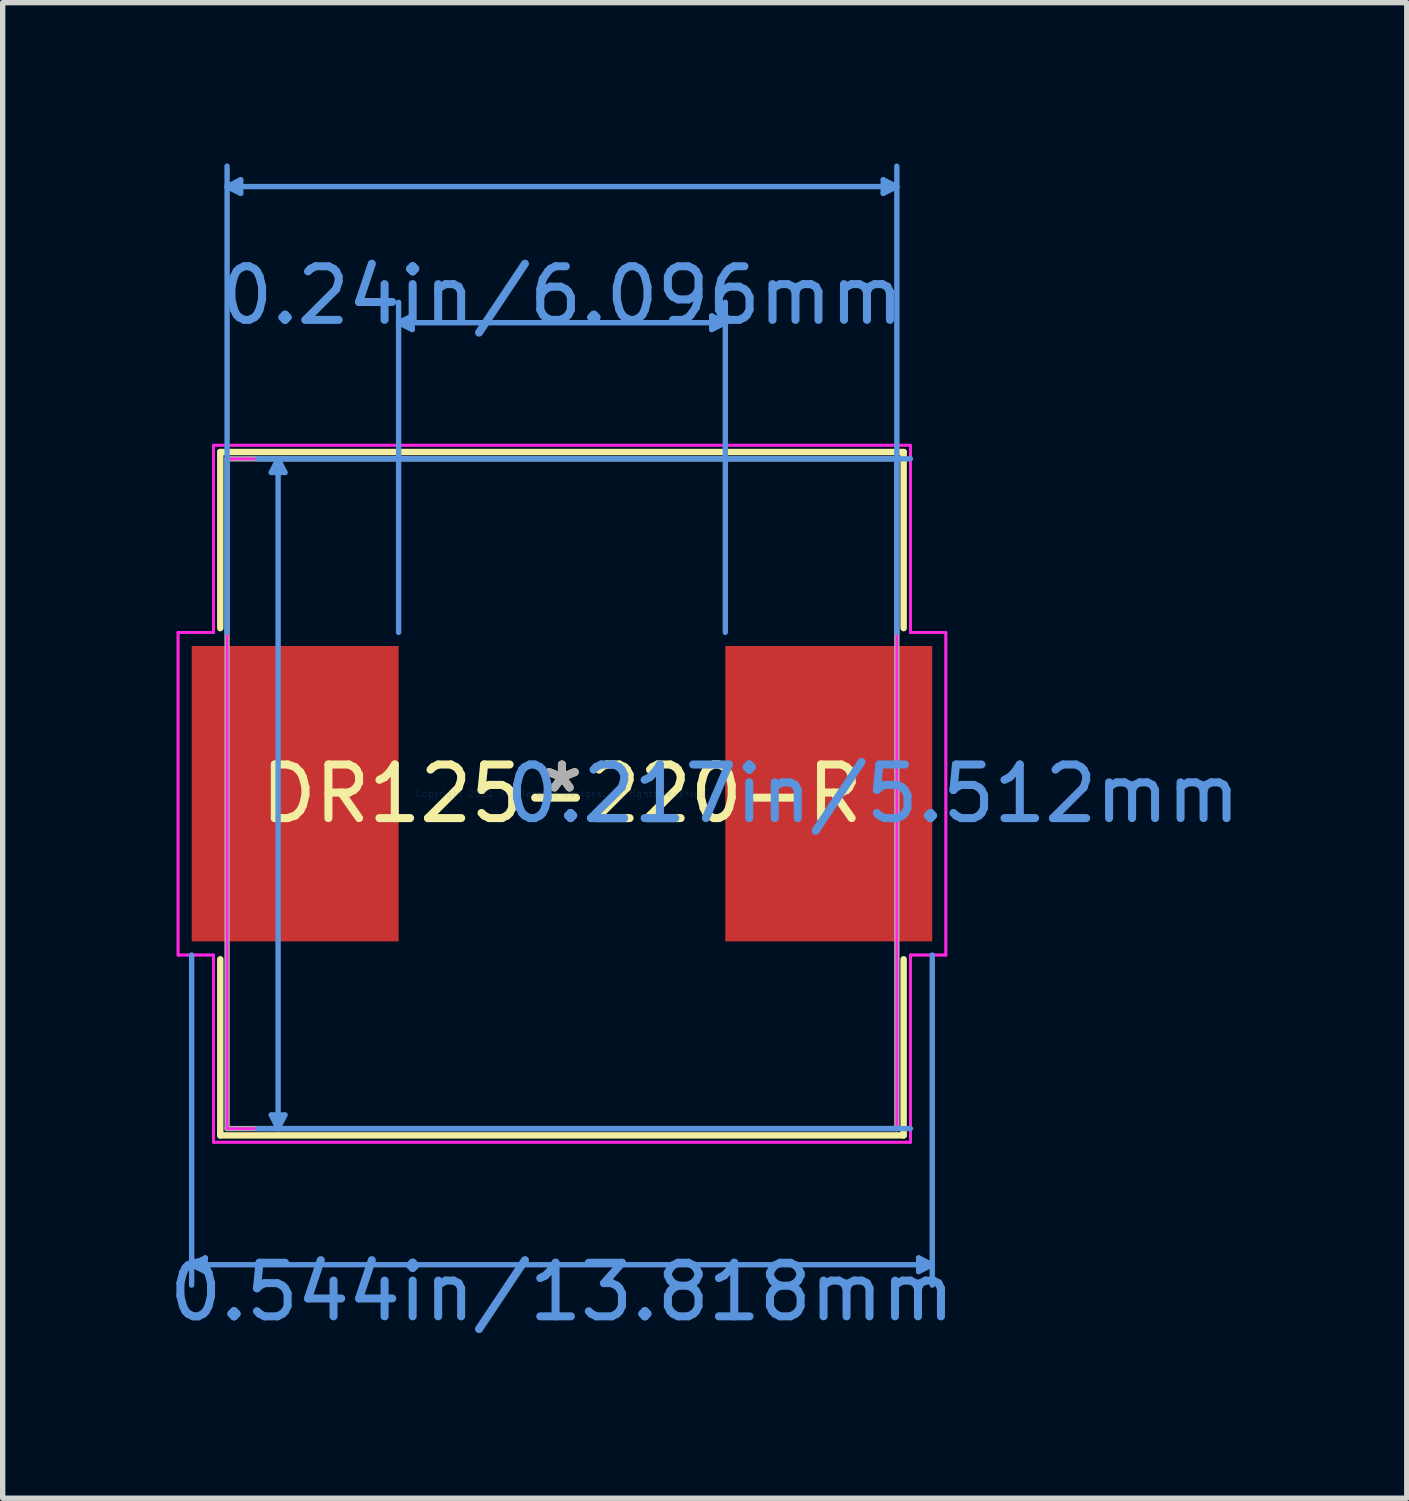
<source format=kicad_pcb>
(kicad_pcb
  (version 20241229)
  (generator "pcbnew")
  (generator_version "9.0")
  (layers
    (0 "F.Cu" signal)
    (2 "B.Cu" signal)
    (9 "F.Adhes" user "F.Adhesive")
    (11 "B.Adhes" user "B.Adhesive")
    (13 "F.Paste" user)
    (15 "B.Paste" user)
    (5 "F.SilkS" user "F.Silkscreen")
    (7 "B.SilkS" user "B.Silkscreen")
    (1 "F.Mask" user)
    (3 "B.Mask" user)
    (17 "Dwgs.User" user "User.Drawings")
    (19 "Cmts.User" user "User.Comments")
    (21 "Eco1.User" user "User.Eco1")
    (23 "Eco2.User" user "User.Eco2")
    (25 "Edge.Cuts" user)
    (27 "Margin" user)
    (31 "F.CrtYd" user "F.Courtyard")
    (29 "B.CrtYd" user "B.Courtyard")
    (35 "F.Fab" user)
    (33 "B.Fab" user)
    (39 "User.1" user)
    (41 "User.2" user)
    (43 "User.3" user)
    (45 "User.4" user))
  (footprint "DR125-220-R"
    (layer "F.Cu")
    (at 7.435 11.759)
    (property "Reference" "DR125-220-R" (at 0 0 0) (layer "F.SilkS") (effects (font (size 1 1) (thickness 0.15))))
    (attr through_hole)
    (fp_line (start -6.375 -6.375) (end -6.375 -3.089) (stroke (width 0.12) (type solid)) (layer "F.SilkS"))
    (fp_line (start -6.375 3.089) (end -6.375 6.375) (stroke (width 0.12) (type solid)) (layer "F.SilkS"))
    (fp_line (start -6.375 6.375) (end 6.375 6.375) (stroke (width 0.12) (type solid)) (layer "F.SilkS"))
    (fp_line (start 6.375 -6.375) (end -6.375 -6.375) (stroke (width 0.12) (type solid)) (layer "F.SilkS"))
    (fp_line (start 6.375 -3.089) (end 6.375 -6.375) (stroke (width 0.12) (type solid)) (layer "F.SilkS"))
    (fp_line (start 6.375 6.375) (end 6.375 3.089) (stroke (width 0.12) (type solid)) (layer "F.SilkS"))
    (fp_line (start -6.909 3.01) (end -6.909 9.169) (stroke (width 0.1) (type solid)) (layer "Cmts.User"))
    (fp_line (start -6.909 8.788) (end -6.655 8.661) (stroke (width 0.1) (type solid)) (layer "Cmts.User"))
    (fp_line (start -6.909 8.788) (end -6.655 8.915) (stroke (width 0.1) (type solid)) (layer "Cmts.User"))
    (fp_line (start -6.909 8.788) (end 6.909 8.788) (stroke (width 0.1) (type solid)) (layer "Cmts.User"))
    (fp_line (start -6.655 8.661) (end -6.655 8.915) (stroke (width 0.1) (type solid)) (layer "Cmts.User"))
    (fp_line (start -6.248 -11.328) (end -5.994 -11.455) (stroke (width 0.1) (type solid)) (layer "Cmts.User"))
    (fp_line (start -6.248 -11.328) (end -5.994 -11.201) (stroke (width 0.1) (type solid)) (layer "Cmts.User"))
    (fp_line (start -6.248 -11.328) (end 6.248 -11.328) (stroke (width 0.1) (type solid)) (layer "Cmts.User"))
    (fp_line (start -6.248 -3.01) (end -6.248 -11.709) (stroke (width 0.1) (type solid)) (layer "Cmts.User"))
    (fp_line (start -5.994 -11.455) (end -5.994 -11.201) (stroke (width 0.1) (type solid)) (layer "Cmts.User"))
    (fp_line (start -5.423 -5.994) (end -5.169 -5.994) (stroke (width 0.1) (type solid)) (layer "Cmts.User"))
    (fp_line (start -5.423 5.994) (end -5.169 5.994) (stroke (width 0.1) (type solid)) (layer "Cmts.User"))
    (fp_line (start -5.296 -6.248) (end -5.423 -5.994) (stroke (width 0.1) (type solid)) (layer "Cmts.User"))
    (fp_line (start -5.296 -6.248) (end -5.296 6.248) (stroke (width 0.1) (type solid)) (layer "Cmts.User"))
    (fp_line (start -5.296 -6.248) (end -5.169 -5.994) (stroke (width 0.1) (type solid)) (layer "Cmts.User"))
    (fp_line (start -5.296 6.248) (end -5.423 5.994) (stroke (width 0.1) (type solid)) (layer "Cmts.User"))
    (fp_line (start -5.296 6.248) (end -5.169 5.994) (stroke (width 0.1) (type solid)) (layer "Cmts.User"))
    (fp_line (start -3.048 -8.788) (end -2.794 -8.915) (stroke (width 0.1) (type solid)) (layer "Cmts.User"))
    (fp_line (start -3.048 -8.788) (end -2.794 -8.661) (stroke (width 0.1) (type solid)) (layer "Cmts.User"))
    (fp_line (start -3.048 -8.788) (end 3.048 -8.788) (stroke (width 0.1) (type solid)) (layer "Cmts.User"))
    (fp_line (start -3.048 -3.01) (end -3.048 -9.169) (stroke (width 0.1) (type solid)) (layer "Cmts.User"))
    (fp_line (start -2.794 -8.915) (end -2.794 -8.661) (stroke (width 0.1) (type solid)) (layer "Cmts.User"))
    (fp_line (start 2.794 -8.915) (end 2.794 -8.661) (stroke (width 0.1) (type solid)) (layer "Cmts.User"))
    (fp_line (start 3.048 -8.788) (end 2.794 -8.915) (stroke (width 0.1) (type solid)) (layer "Cmts.User"))
    (fp_line (start 3.048 -8.788) (end 2.794 -8.661) (stroke (width 0.1) (type solid)) (layer "Cmts.User"))
    (fp_line (start 3.048 -3.01) (end 3.048 -9.169) (stroke (width 0.1) (type solid)) (layer "Cmts.User"))
    (fp_line (start 5.994 -11.455) (end 5.994 -11.201) (stroke (width 0.1) (type solid)) (layer "Cmts.User"))
    (fp_line (start 6.248 -11.328) (end 5.994 -11.455) (stroke (width 0.1) (type solid)) (layer "Cmts.User"))
    (fp_line (start 6.248 -11.328) (end 5.994 -11.201) (stroke (width 0.1) (type solid)) (layer "Cmts.User"))
    (fp_line (start 6.248 -3.01) (end 6.248 -11.709) (stroke (width 0.1) (type solid)) (layer "Cmts.User"))
    (fp_line (start 6.502 -6.248) (end -5.677 -6.248) (stroke (width 0.1) (type solid)) (layer "Cmts.User"))
    (fp_line (start 6.502 6.248) (end -5.677 6.248) (stroke (width 0.1) (type solid)) (layer "Cmts.User"))
    (fp_line (start 6.655 8.661) (end 6.655 8.915) (stroke (width 0.1) (type solid)) (layer "Cmts.User"))
    (fp_line (start 6.909 3.01) (end 6.909 9.169) (stroke (width 0.1) (type solid)) (layer "Cmts.User"))
    (fp_line (start 6.909 8.788) (end 6.655 8.661) (stroke (width 0.1) (type solid)) (layer "Cmts.User"))
    (fp_line (start 6.909 8.788) (end 6.655 8.915) (stroke (width 0.1) (type solid)) (layer "Cmts.User"))
    (fp_line (start -7.163 -3.01) (end -6.502 -3.01) (stroke (width 0.05) (type solid)) (layer "F.CrtYd"))
    (fp_line (start -7.163 -3.01) (end -6.502 -3.01) (stroke (width 0.05) (type solid)) (layer "F.CrtYd"))
    (fp_line (start -7.163 3.01) (end -7.163 -3.01) (stroke (width 0.05) (type solid)) (layer "F.CrtYd"))
    (fp_line (start -7.163 3.01) (end -7.163 -3.01) (stroke (width 0.05) (type solid)) (layer "F.CrtYd"))
    (fp_line (start -7.163 3.01) (end -6.502 3.01) (stroke (width 0.05) (type solid)) (layer "F.CrtYd"))
    (fp_line (start -6.502 -6.502) (end 6.502 -6.502) (stroke (width 0.05) (type solid)) (layer "F.CrtYd"))
    (fp_line (start -6.502 -6.502) (end 6.502 -6.502) (stroke (width 0.05) (type solid)) (layer "F.CrtYd"))
    (fp_line (start -6.502 -3.01) (end -6.502 -6.502) (stroke (width 0.05) (type solid)) (layer "F.CrtYd"))
    (fp_line (start -6.502 -3.01) (end -6.502 -6.502) (stroke (width 0.05) (type solid)) (layer "F.CrtYd"))
    (fp_line (start -6.502 3.01) (end -7.163 3.01) (stroke (width 0.05) (type solid)) (layer "F.CrtYd"))
    (fp_line (start -6.502 3.01) (end -6.502 6.502) (stroke (width 0.05) (type solid)) (layer "F.CrtYd"))
    (fp_line (start -6.502 6.502) (end -6.502 3.01) (stroke (width 0.05) (type solid)) (layer "F.CrtYd"))
    (fp_line (start -6.502 6.502) (end 6.502 6.502) (stroke (width 0.05) (type solid)) (layer "F.CrtYd"))
    (fp_line (start -6.248 -6.248) (end 6.248 -6.248) (stroke (width 0.05) (type solid)) (layer "F.CrtYd"))
    (fp_line (start -6.248 6.248) (end -6.248 -6.248) (stroke (width 0.05) (type solid)) (layer "F.CrtYd"))
    (fp_line (start 6.248 -6.248) (end 6.248 6.248) (stroke (width 0.05) (type solid)) (layer "F.CrtYd"))
    (fp_line (start 6.248 6.248) (end -6.248 6.248) (stroke (width 0.05) (type solid)) (layer "F.CrtYd"))
    (fp_line (start 6.502 -6.502) (end 6.502 -3.01) (stroke (width 0.05) (type solid)) (layer "F.CrtYd"))
    (fp_line (start 6.502 -6.502) (end 6.502 -3.01) (stroke (width 0.05) (type solid)) (layer "F.CrtYd"))
    (fp_line (start 6.502 -3.01) (end 7.163 -3.01) (stroke (width 0.05) (type solid)) (layer "F.CrtYd"))
    (fp_line (start 6.502 -3.01) (end 7.163 -3.01) (stroke (width 0.05) (type solid)) (layer "F.CrtYd"))
    (fp_line (start 6.502 3.01) (end 6.502 6.502) (stroke (width 0.05) (type solid)) (layer "F.CrtYd"))
    (fp_line (start 6.502 3.01) (end 7.163 3.01) (stroke (width 0.05) (type solid)) (layer "F.CrtYd"))
    (fp_line (start 6.502 6.502) (end -6.502 6.502) (stroke (width 0.05) (type solid)) (layer "F.CrtYd"))
    (fp_line (start 6.502 6.502) (end 6.502 3.01) (stroke (width 0.05) (type solid)) (layer "F.CrtYd"))
    (fp_line (start 6.502 6.502) (end 6.502 6.502) (stroke (width 0.05) (type solid)) (layer "F.CrtYd"))
    (fp_line (start 7.163 -3.01) (end 7.163 3.01) (stroke (width 0.05) (type solid)) (layer "F.CrtYd"))
    (fp_line (start 7.163 -3.01) (end 7.163 3.01) (stroke (width 0.05) (type solid)) (layer "F.CrtYd"))
    (fp_line (start 7.163 3.01) (end 6.502 3.01) (stroke (width 0.05) (type solid)) (layer "F.CrtYd"))
    (fp_line (start -6.248 -6.248) (end -6.248 6.248) (stroke (width 0.1) (type solid)) (layer "F.Fab"))
    (fp_line (start -6.248 6.248) (end 6.248 6.248) (stroke (width 0.1) (type solid)) (layer "F.Fab"))
    (fp_line (start 6.248 -6.248) (end -6.248 -6.248) (stroke (width 0.1) (type solid)) (layer "F.Fab"))
    (fp_line (start 6.248 6.248) (end 6.248 -6.248) (stroke (width 0.1) (type solid)) (layer "F.Fab"))
    (fp_text user "*" (at 0 0 0) (layer "F.SilkS") (effects (font (size 1 1) (thickness 0.15))))
    (fp_text user "Copyright 2021 Accelerated Designs. All rights reserved." (at 0 0 0) (layer "Cmts.User") (effects (font (size 0.127 0.127) (thickness 0.002))))
    (fp_text user "0.24in/6.096mm" (at 0 -9.296 0) (layer "Cmts.User") (effects (font (size 1 1) (thickness 0.15))))
    (fp_text user "0.544in/13.818mm" (at 0 9.296 0) (layer "Cmts.User") (effects (font (size 1 1) (thickness 0.15))))
    (fp_text user "0.217in/5.512mm" (at 5.804 0 0) (layer "Cmts.User") (effects (font (size 1 1) (thickness 0.15))))
    (fp_text user "*" (at 0 0 0) (layer "F.Fab") (effects (font (size 1 1) (thickness 0.15))))
    (pad "1" smd rect (at -4.978 0) (size 3.861 5.512) (layers "F.Cu" "F.Mask" "F.Paste"))
    (pad "2" smd rect (at 4.978 0) (size 3.861 5.512) (layers "F.Cu" "F.Mask" "F.Paste")))
  (gr_rect
    (start -3 -3)
    (end 23.197 24.904)
    (stroke (width 0.1) (type default))
    (fill no)
    (layer "Edge.Cuts")))
</source>
